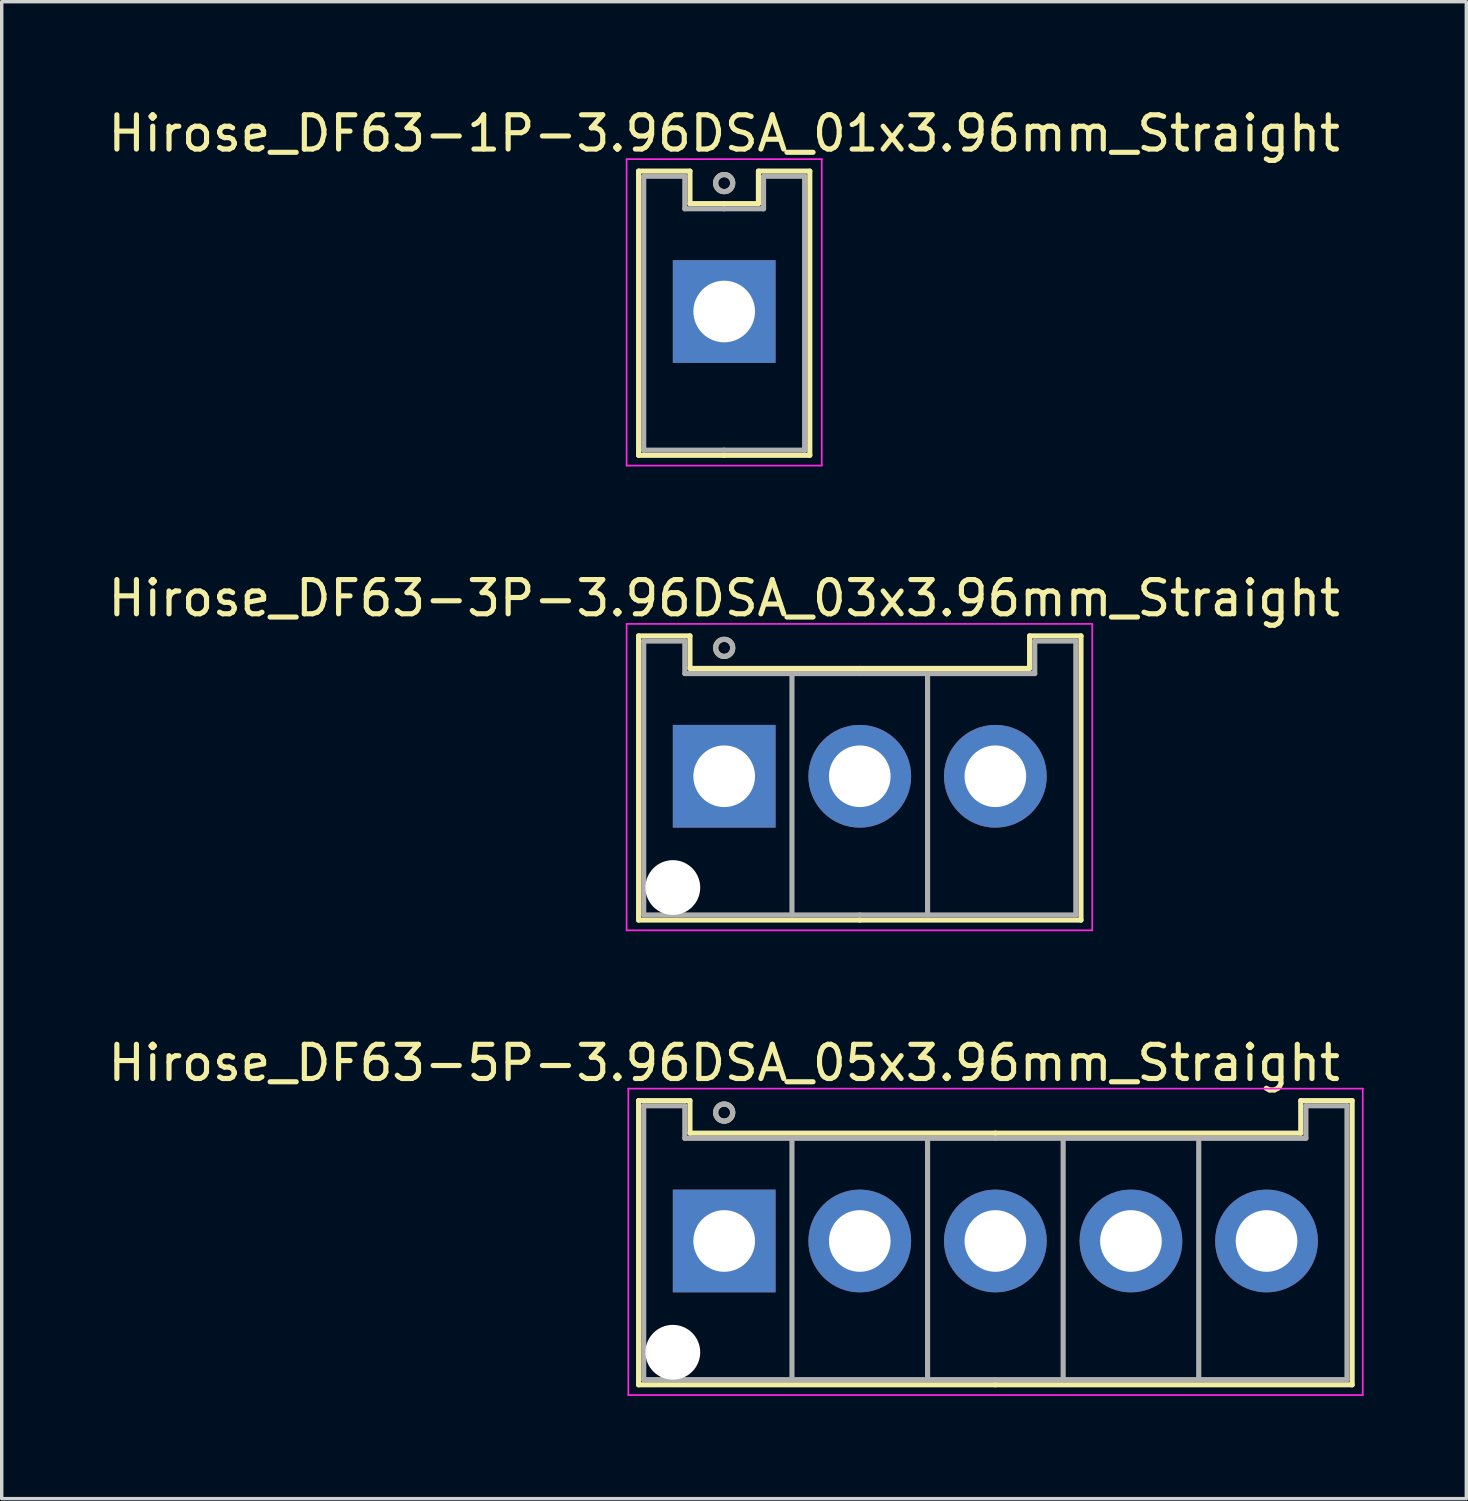
<source format=kicad_pcb>
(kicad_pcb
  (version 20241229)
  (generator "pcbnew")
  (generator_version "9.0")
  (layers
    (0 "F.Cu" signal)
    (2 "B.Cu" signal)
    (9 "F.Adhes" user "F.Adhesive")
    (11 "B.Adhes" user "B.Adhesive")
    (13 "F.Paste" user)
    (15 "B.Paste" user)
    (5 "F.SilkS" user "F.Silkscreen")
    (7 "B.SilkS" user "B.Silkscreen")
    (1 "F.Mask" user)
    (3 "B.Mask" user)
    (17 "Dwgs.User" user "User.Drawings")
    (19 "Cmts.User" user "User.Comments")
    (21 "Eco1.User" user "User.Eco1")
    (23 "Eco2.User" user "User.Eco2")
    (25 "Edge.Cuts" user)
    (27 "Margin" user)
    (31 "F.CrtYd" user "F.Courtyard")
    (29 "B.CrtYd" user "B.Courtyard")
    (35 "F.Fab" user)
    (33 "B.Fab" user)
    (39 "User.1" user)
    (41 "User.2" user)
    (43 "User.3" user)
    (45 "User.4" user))
  (footprint "Hirose_DF63-1P-3.96DSA_01x3.96mm_Straight"
    (layer "F.Cu")
    (at 18.101 6.048)
    (property "Reference" "Hirose_DF63-1P-3.96DSA_01x3.96mm_Straight" (at 0 -5.2 0) (layer "F.SilkS") (effects (font (size 1 1) (thickness 0.15))))
    (attr through_hole)
    (fp_line (start -2.5 -4.1) (end -1 -4.1) (stroke (width 0.15) (type solid)) (layer "F.SilkS"))
    (fp_line (start -2.5 4.2) (end -2.5 -4.1) (stroke (width 0.15) (type solid)) (layer "F.SilkS"))
    (fp_line (start -1 -4.1) (end -1 -3.15) (stroke (width 0.15) (type solid)) (layer "F.SilkS"))
    (fp_line (start -1 -3.15) (end 0 -3.15) (stroke (width 0.15) (type solid)) (layer "F.SilkS"))
    (fp_line (start 0 4.2) (end -2.5 4.2) (stroke (width 0.15) (type solid)) (layer "F.SilkS"))
    (fp_line (start 0 4.2) (end 2.5 4.2) (stroke (width 0.15) (type solid)) (layer "F.SilkS"))
    (fp_line (start 1 -4.1) (end 1 -3.15) (stroke (width 0.15) (type solid)) (layer "F.SilkS"))
    (fp_line (start 1 -3.15) (end 0 -3.15) (stroke (width 0.15) (type solid)) (layer "F.SilkS"))
    (fp_line (start 2.5 -4.1) (end 1 -4.1) (stroke (width 0.15) (type solid)) (layer "F.SilkS"))
    (fp_line (start 2.5 4.2) (end 2.5 -4.1) (stroke (width 0.15) (type solid)) (layer "F.SilkS"))
    (fp_circle (center 0 -3.75) (end 0.25 -3.75) (stroke (width 0.15) (type solid)) (fill no) (layer "F.SilkS"))
    (fp_line (start -2.85 -4.45) (end -2.85 4.5) (stroke (width 0.05) (type solid)) (layer "F.CrtYd"))
    (fp_line (start -2.85 4.5) (end 2.85 4.5) (stroke (width 0.05) (type solid)) (layer "F.CrtYd"))
    (fp_line (start 2.85 -4.45) (end -2.85 -4.45) (stroke (width 0.05) (type solid)) (layer "F.CrtYd"))
    (fp_line (start 2.85 4.5) (end 2.85 -4.45) (stroke (width 0.05) (type solid)) (layer "F.CrtYd"))
    (fp_line (start -2.35 -3.95) (end -1.15 -3.95) (stroke (width 0.15) (type solid)) (layer "F.Fab"))
    (fp_line (start -2.35 4.05) (end -2.35 -3.95) (stroke (width 0.15) (type solid)) (layer "F.Fab"))
    (fp_line (start -1.15 -3.95) (end -1.15 -3) (stroke (width 0.15) (type solid)) (layer "F.Fab"))
    (fp_line (start -1.15 -3) (end 0 -3) (stroke (width 0.15) (type solid)) (layer "F.Fab"))
    (fp_line (start 0 4.05) (end -2.35 4.05) (stroke (width 0.15) (type solid)) (layer "F.Fab"))
    (fp_line (start 0 4.05) (end 2.35 4.05) (stroke (width 0.15) (type solid)) (layer "F.Fab"))
    (fp_line (start 1.15 -3.95) (end 1.15 -3) (stroke (width 0.15) (type solid)) (layer "F.Fab"))
    (fp_line (start 1.15 -3) (end 0 -3) (stroke (width 0.15) (type solid)) (layer "F.Fab"))
    (fp_line (start 2.35 -3.95) (end 1.15 -3.95) (stroke (width 0.15) (type solid)) (layer "F.Fab"))
    (fp_line (start 2.35 4.05) (end 2.35 -3.95) (stroke (width 0.15) (type solid)) (layer "F.Fab"))
    (fp_circle (center 0 -3.75) (end 0.25 -3.75) (stroke (width 0.15) (type solid)) (fill no) (layer "F.Fab"))
    (pad "1" thru_hole rect (at 0 0) (size 3 3) (drill 1.8) (layers "*.Cu" "*.Mask")))
  (footprint "Hirose_DF63-3P-3.96DSA_03x3.96mm_Straight"
    (layer "F.Cu")
    (at 18.101 19.622)
    (property "Reference" "Hirose_DF63-3P-3.96DSA_03x3.96mm_Straight" (at 0 -5.2 0) (layer "F.SilkS") (effects (font (size 1 1) (thickness 0.15))))
    (attr through_hole)
    (fp_line (start -2.5 -4.1) (end -1 -4.1) (stroke (width 0.15) (type solid)) (layer "F.SilkS"))
    (fp_line (start -2.5 4.2) (end -2.5 -4.1) (stroke (width 0.15) (type solid)) (layer "F.SilkS"))
    (fp_line (start -1 -4.1) (end -1 -3.15) (stroke (width 0.15) (type solid)) (layer "F.SilkS"))
    (fp_line (start -1 -3.15) (end 3.96 -3.15) (stroke (width 0.15) (type solid)) (layer "F.SilkS"))
    (fp_line (start 3.96 4.2) (end -2.5 4.2) (stroke (width 0.15) (type solid)) (layer "F.SilkS"))
    (fp_line (start 3.96 4.2) (end 10.42 4.2) (stroke (width 0.15) (type solid)) (layer "F.SilkS"))
    (fp_line (start 8.92 -4.1) (end 8.92 -3.15) (stroke (width 0.15) (type solid)) (layer "F.SilkS"))
    (fp_line (start 8.92 -3.15) (end 3.96 -3.15) (stroke (width 0.15) (type solid)) (layer "F.SilkS"))
    (fp_line (start 10.42 -4.1) (end 8.92 -4.1) (stroke (width 0.15) (type solid)) (layer "F.SilkS"))
    (fp_line (start 10.42 4.2) (end 10.42 -4.1) (stroke (width 0.15) (type solid)) (layer "F.SilkS"))
    (fp_circle (center 0 -3.75) (end 0.25 -3.75) (stroke (width 0.15) (type solid)) (fill no) (layer "F.SilkS"))
    (fp_line (start -2.85 -4.45) (end -2.85 4.5) (stroke (width 0.05) (type solid)) (layer "F.CrtYd"))
    (fp_line (start -2.85 4.5) (end 10.75 4.5) (stroke (width 0.05) (type solid)) (layer "F.CrtYd"))
    (fp_line (start 10.75 -4.45) (end -2.85 -4.45) (stroke (width 0.05) (type solid)) (layer "F.CrtYd"))
    (fp_line (start 10.75 4.5) (end 10.75 -4.45) (stroke (width 0.05) (type solid)) (layer "F.CrtYd"))
    (fp_line (start -2.35 -3.95) (end -1.15 -3.95) (stroke (width 0.15) (type solid)) (layer "F.Fab"))
    (fp_line (start -2.35 4.05) (end -2.35 -3.95) (stroke (width 0.15) (type solid)) (layer "F.Fab"))
    (fp_line (start -1.15 -3.95) (end -1.15 -3) (stroke (width 0.15) (type solid)) (layer "F.Fab"))
    (fp_line (start -1.15 -3) (end 3.96 -3) (stroke (width 0.15) (type solid)) (layer "F.Fab"))
    (fp_line (start 1.98 -3) (end 1.98 4.05) (stroke (width 0.15) (type solid)) (layer "F.Fab"))
    (fp_line (start 3.96 4.05) (end -2.35 4.05) (stroke (width 0.15) (type solid)) (layer "F.Fab"))
    (fp_line (start 3.96 4.05) (end 10.27 4.05) (stroke (width 0.15) (type solid)) (layer "F.Fab"))
    (fp_line (start 5.94 -3) (end 5.94 4.05) (stroke (width 0.15) (type solid)) (layer "F.Fab"))
    (fp_line (start 9.07 -3.95) (end 9.07 -3) (stroke (width 0.15) (type solid)) (layer "F.Fab"))
    (fp_line (start 9.07 -3) (end 3.96 -3) (stroke (width 0.15) (type solid)) (layer "F.Fab"))
    (fp_line (start 10.27 -3.95) (end 9.07 -3.95) (stroke (width 0.15) (type solid)) (layer "F.Fab"))
    (fp_line (start 10.27 4.05) (end 10.27 -3.95) (stroke (width 0.15) (type solid)) (layer "F.Fab"))
    (fp_circle (center 0 -3.75) (end 0.25 -3.75) (stroke (width 0.15) (type solid)) (fill no) (layer "F.Fab"))
    (pad "" np_thru_hole circle (at -1.5 3.25) (size 1.6 1.6) (drill 1.6) (layers "*.Cu" "*.Mask"))
    (pad "1" thru_hole rect (at 0 0) (size 3 3) (drill 1.8) (layers "*.Cu" "*.Mask"))
    (pad "2" thru_hole circle (at 3.96 0) (size 3 3) (drill 1.8) (layers "*.Cu" "*.Mask"))
    (pad "3" thru_hole circle (at 7.92 0) (size 3 3) (drill 1.8) (layers "*.Cu" "*.Mask")))
  (footprint "Hirose_DF63-5P-3.96DSA_05x3.96mm_Straight"
    (layer "F.Cu")
    (at 18.101 33.195)
    (property "Reference" "Hirose_DF63-5P-3.96DSA_05x3.96mm_Straight" (at 0 -5.2 0) (layer "F.SilkS") (effects (font (size 1 1) (thickness 0.15))))
    (attr through_hole)
    (fp_line (start -2.5 -4.1) (end -1 -4.1) (stroke (width 0.15) (type solid)) (layer "F.SilkS"))
    (fp_line (start -2.5 4.2) (end -2.5 -4.1) (stroke (width 0.15) (type solid)) (layer "F.SilkS"))
    (fp_line (start -1 -4.1) (end -1 -3.15) (stroke (width 0.15) (type solid)) (layer "F.SilkS"))
    (fp_line (start -1 -3.15) (end 7.92 -3.15) (stroke (width 0.15) (type solid)) (layer "F.SilkS"))
    (fp_line (start 7.92 4.2) (end -2.5 4.2) (stroke (width 0.15) (type solid)) (layer "F.SilkS"))
    (fp_line (start 7.92 4.2) (end 18.34 4.2) (stroke (width 0.15) (type solid)) (layer "F.SilkS"))
    (fp_line (start 16.84 -4.1) (end 16.84 -3.15) (stroke (width 0.15) (type solid)) (layer "F.SilkS"))
    (fp_line (start 16.84 -3.15) (end 7.92 -3.15) (stroke (width 0.15) (type solid)) (layer "F.SilkS"))
    (fp_line (start 18.34 -4.1) (end 16.84 -4.1) (stroke (width 0.15) (type solid)) (layer "F.SilkS"))
    (fp_line (start 18.34 4.2) (end 18.34 -4.1) (stroke (width 0.15) (type solid)) (layer "F.SilkS"))
    (fp_circle (center 0 -3.75) (end 0.25 -3.75) (stroke (width 0.15) (type solid)) (fill no) (layer "F.SilkS"))
    (fp_line (start -2.8 -4.45) (end -2.8 4.5) (stroke (width 0.05) (type solid)) (layer "F.CrtYd"))
    (fp_line (start -2.8 4.5) (end 18.65 4.5) (stroke (width 0.05) (type solid)) (layer "F.CrtYd"))
    (fp_line (start 18.65 -4.45) (end -2.8 -4.45) (stroke (width 0.05) (type solid)) (layer "F.CrtYd"))
    (fp_line (start 18.65 4.5) (end 18.65 -4.45) (stroke (width 0.05) (type solid)) (layer "F.CrtYd"))
    (fp_line (start -2.35 -3.95) (end -1.15 -3.95) (stroke (width 0.15) (type solid)) (layer "F.Fab"))
    (fp_line (start -2.35 4.05) (end -2.35 -3.95) (stroke (width 0.15) (type solid)) (layer "F.Fab"))
    (fp_line (start -1.15 -3.95) (end -1.15 -3) (stroke (width 0.15) (type solid)) (layer "F.Fab"))
    (fp_line (start -1.15 -3) (end 7.92 -3) (stroke (width 0.15) (type solid)) (layer "F.Fab"))
    (fp_line (start 1.98 -3) (end 1.98 4.05) (stroke (width 0.15) (type solid)) (layer "F.Fab"))
    (fp_line (start 5.94 -3) (end 5.94 4.05) (stroke (width 0.15) (type solid)) (layer "F.Fab"))
    (fp_line (start 7.92 4.05) (end -2.35 4.05) (stroke (width 0.15) (type solid)) (layer "F.Fab"))
    (fp_line (start 7.92 4.05) (end 18.19 4.05) (stroke (width 0.15) (type solid)) (layer "F.Fab"))
    (fp_line (start 9.9 -3) (end 9.9 4.05) (stroke (width 0.15) (type solid)) (layer "F.Fab"))
    (fp_line (start 13.86 -3) (end 13.86 4.05) (stroke (width 0.15) (type solid)) (layer "F.Fab"))
    (fp_line (start 16.99 -3.95) (end 16.99 -3) (stroke (width 0.15) (type solid)) (layer "F.Fab"))
    (fp_line (start 16.99 -3) (end 7.92 -3) (stroke (width 0.15) (type solid)) (layer "F.Fab"))
    (fp_line (start 18.19 -3.95) (end 16.99 -3.95) (stroke (width 0.15) (type solid)) (layer "F.Fab"))
    (fp_line (start 18.19 4.05) (end 18.19 -3.95) (stroke (width 0.15) (type solid)) (layer "F.Fab"))
    (fp_circle (center 0 -3.75) (end 0.25 -3.75) (stroke (width 0.15) (type solid)) (fill no) (layer "F.Fab"))
    (pad "" np_thru_hole circle (at -1.5 3.25) (size 1.6 1.6) (drill 1.6) (layers "*.Cu" "*.Mask"))
    (pad "1" thru_hole rect (at 0 0) (size 3 3) (drill 1.8) (layers "*.Cu" "*.Mask"))
    (pad "2" thru_hole circle (at 3.96 0) (size 3 3) (drill 1.8) (layers "*.Cu" "*.Mask"))
    (pad "3" thru_hole circle (at 7.92 0) (size 3 3) (drill 1.8) (layers "*.Cu" "*.Mask"))
    (pad "4" thru_hole circle (at 11.88 0) (size 3 3) (drill 1.8) (layers "*.Cu" "*.Mask"))
    (pad "5" thru_hole circle (at 15.84 0) (size 3 3) (drill 1.8) (layers "*.Cu" "*.Mask")))
  (gr_rect
    (start -3 -3)
    (end 39.776 40.72)
    (stroke (width 0.1) (type default))
    (fill no)
    (layer "Edge.Cuts")))
</source>
